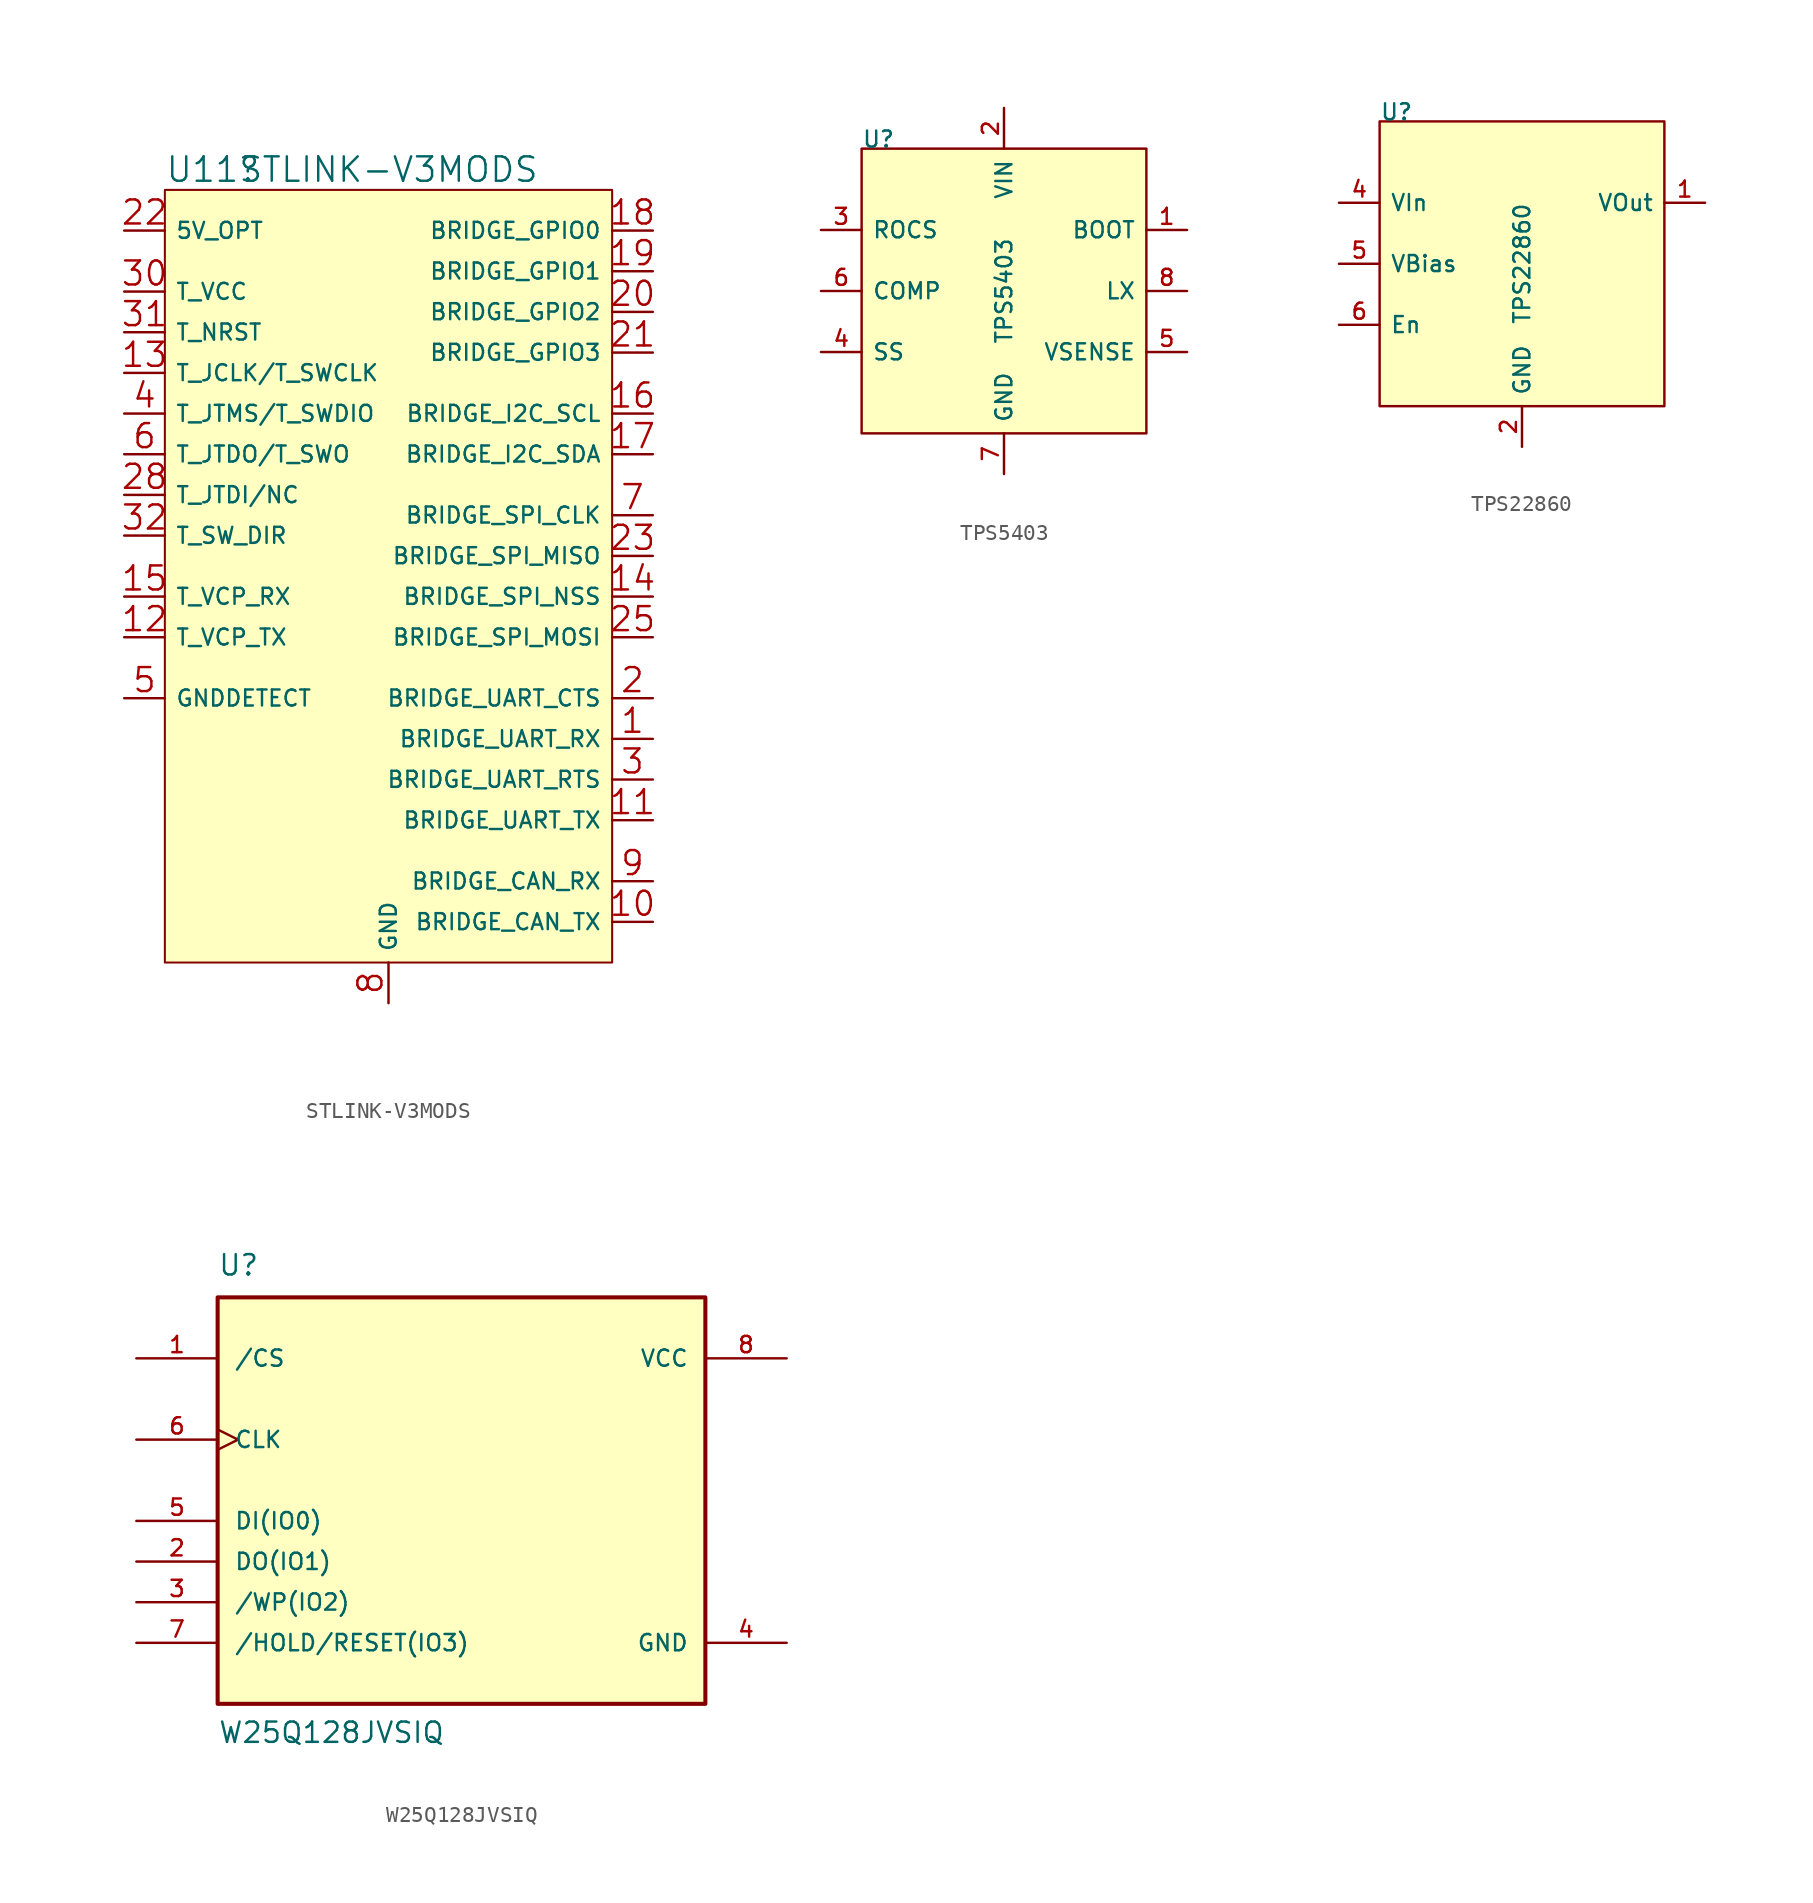
<source format=kicad_sym>
(kicad_symbol_lib
  (version 20231120)
  (generator "kicad_symbol_editor")
  (generator_version "8.0")
  (symbol "STLINK-V3MODS"
    (pin_names
      (offset 0.635))
    (property "Reference" "U11"
      (at 0 1.27 0)
      (do_not_autoplace)
      (effects (font (size 1.524 1.524)) (justify left)))
    (property "Value" "STLINK-V3MODS"
      (at 13.97 1.27 0)
      (do_not_autoplace)
      (effects (font (size 1.524 1.524))))
    (symbol "STLINK-V3MODS_0_1"
      (rectangle (start 0 0) (end 27.94 -48.26) (stroke (width 0.127) (type default)) (fill (type background))))
    (symbol "STLINK-V3MODS_1_1"
      (pin unspecified line (at 30.48 -34.29 180) (length 2.54) (name "BRIDGE_UART_RX" (effects (font (size 1 1)))) (number "1" (effects (font (size 1.499 1.499)))))
      (pin unspecified line (at 30.48 -45.72 180) (length 2.54) (name "BRIDGE_CAN_TX" (effects (font (size 1 1)))) (number "10" (effects (font (size 1.499 1.499)))))
      (pin unspecified line (at 30.48 -39.37 180) (length 2.54) (name "BRIDGE_UART_TX" (effects (font (size 1 1)))) (number "11" (effects (font (size 1.499 1.499)))))
      (pin unspecified line (at -2.54 -27.94 0) (length 2.54) (name "T_VCP_TX" (effects (font (size 1 1)))) (number "12" (effects (font (size 1.499 1.499)))))
      (pin unspecified line (at -2.54 -11.43 0) (length 2.54) (name "T_JCLK/T_SWCLK" (effects (font (size 1 1)))) (number "13" (effects (font (size 1.499 1.499)))))
      (pin unspecified line (at 30.48 -25.4 180) (length 2.54) (name "BRIDGE_SPI_NSS" (effects (font (size 1 1)))) (number "14" (effects (font (size 1.499 1.499)))))
      (pin unspecified line (at -2.54 -25.4 0) (length 2.54) (name "T_VCP_RX" (effects (font (size 1 1)))) (number "15" (effects (font (size 1.499 1.499)))))
      (pin bidirectional line (at 30.48 -13.97 180) (length 2.54) (name "BRIDGE_I2C_SCL" (effects (font (size 1 1)))) (number "16" (effects (font (size 1.499 1.499)))))
      (pin bidirectional line (at 30.48 -16.51 180) (length 2.54) (name "BRIDGE_I2C_SDA" (effects (font (size 1 1)))) (number "17" (effects (font (size 1.499 1.499)))))
      (pin bidirectional line (at 30.48 -2.54 180) (length 2.54) (name "BRIDGE_GPIO0" (effects (font (size 1 1)))) (number "18" (effects (font (size 1.499 1.499)))))
      (pin bidirectional line (at 30.48 -5.08 180) (length 2.54) (name "BRIDGE_GPIO1" (effects (font (size 1 1)))) (number "19" (effects (font (size 1.499 1.499)))))
      (pin unspecified line (at 30.48 -31.75 180) (length 2.54) (name "BRIDGE_UART_CTS" (effects (font (size 1 1)))) (number "2" (effects (font (size 1.499 1.499)))))
      (pin bidirectional line (at 30.48 -7.62 180) (length 2.54) (name "BRIDGE_GPIO2" (effects (font (size 1 1)))) (number "20" (effects (font (size 1.499 1.499)))))
      (pin bidirectional line (at 30.48 -10.16 180) (length 2.54) (name "BRIDGE_GPIO3" (effects (font (size 1 1)))) (number "21" (effects (font (size 1.499 1.499)))))
      (pin unspecified line (at -2.54 -2.54 0) (length 2.54) (name "5V_OPT" (effects (font (size 1 1)))) (number "22" (effects (font (size 1.499 1.499)))))
      (pin unspecified line (at 30.48 -22.86 180) (length 2.54) (name "BRIDGE_SPI_MISO" (effects (font (size 1 1)))) (number "23" (effects (font (size 1.499 1.499)))))
      (pin power_in line (at 13.97 -50.8 90) (length 2.54) hide (name "GND" (effects (font (size 1 1)))) (number "24" (effects (font (size 1.499 1.499)))))
      (pin unspecified line (at 30.48 -27.94 180) (length 2.54) (name "BRIDGE_SPI_MOSI" (effects (font (size 1 1)))) (number "25" (effects (font (size 1.499 1.499)))))
      (pin power_in line (at 13.97 -50.8 90) (length 2.54) hide (name "GND" (effects (font (size 1 1)))) (number "26" (effects (font (size 1.499 1.499)))))
      (pin power_in line (at 13.97 -50.8 90) (length 2.54) hide (name "GND" (effects (font (size 1 1)))) (number "27" (effects (font (size 1.499 1.499)))))
      (pin unspecified line (at -2.54 -19.05 0) (length 2.54) (name "T_JTDI/NC" (effects (font (size 1 1)))) (number "28" (effects (font (size 1.499 1.499)))))
      (pin power_in line (at 13.97 -50.8 90) (length 2.54) hide (name "GND" (effects (font (size 1 1)))) (number "29" (effects (font (size 1.499 1.499)))))
      (pin unspecified line (at 30.48 -36.83 180) (length 2.54) (name "BRIDGE_UART_RTS" (effects (font (size 1 1)))) (number "3" (effects (font (size 1.499 1.499)))))
      (pin unspecified line (at -2.54 -6.35 0) (length 2.54) (name "T_VCC" (effects (font (size 1 1)))) (number "30" (effects (font (size 1.499 1.499)))))
      (pin unspecified line (at -2.54 -8.89 0) (length 2.54) (name "T_NRST" (effects (font (size 1 1)))) (number "31" (effects (font (size 1.499 1.499)))))
      (pin unspecified line (at -2.54 -21.59 0) (length 2.54) (name "T_SW_DIR" (effects (font (size 1 1)))) (number "32" (effects (font (size 1.499 1.499)))))
      (pin unspecified line (at -2.54 -13.97 0) (length 2.54) (name "T_JTMS/T_SWDIO" (effects (font (size 1 1)))) (number "4" (effects (font (size 1.499 1.499)))))
      (pin power_in line (at -2.54 -31.75 0) (length 2.54) (name "GNDDETECT" (effects (font (size 1 1)))) (number "5" (effects (font (size 1.499 1.499)))))
      (pin unspecified line (at -2.54 -16.51 0) (length 2.54) (name "T_JTDO/T_SWO" (effects (font (size 1 1)))) (number "6" (effects (font (size 1.499 1.499)))))
      (pin unspecified line (at 30.48 -20.32 180) (length 2.54) (name "BRIDGE_SPI_CLK" (effects (font (size 1 1)))) (number "7" (effects (font (size 1.499 1.499)))))
      (pin power_in line (at 13.97 -50.8 90) (length 2.54) (name "GND" (effects (font (size 1 1)))) (number "8" (effects (font (size 1.499 1.499)))))
      (pin unspecified line (at 30.48 -43.18 180) (length 2.54) (name "BRIDGE_CAN_RX" (effects (font (size 1 1)))) (number "9" (effects (font (size 1.499 1.499)))))))
  (symbol "TPS5403"
    (pin_names
      (offset 0.635))
    (property "Reference" "U"
      (at 0 0 0)
      (effects (font (size 1 1)) (justify left bottom)))
    (property "Value" "TPS5403"
      (at 8.89 -8.89 90)
      (effects (font (size 1 1))))
    (symbol "TPS5403_1_1"
      (rectangle (start 0 0) (end 17.78 -17.78) (stroke (width 0.152) (type default)) (fill (type background)))
      (pin unspecified line (at 20.32 -5.08 180) (length 2.54) (name "BOOT" (effects (font (size 1 1)))) (number "1" (effects (font (size 1 1)))))
      (pin input line (at 8.89 2.54 270) (length 2.54) (name "VIN" (effects (font (size 1 1)))) (number "2" (effects (font (size 1 1)))))
      (pin unspecified line (at -2.54 -5.08 0) (length 2.54) (name "ROCS" (effects (font (size 1 1)))) (number "3" (effects (font (size 1 1)))))
      (pin unspecified line (at -2.54 -12.7 0) (length 2.54) (name "SS" (effects (font (size 1 1)))) (number "4" (effects (font (size 1 1)))))
      (pin unspecified line (at 20.32 -12.7 180) (length 2.54) (name "VSENSE" (effects (font (size 1 1)))) (number "5" (effects (font (size 1 1)))))
      (pin output line (at -2.54 -8.89 0) (length 2.54) (name "COMP" (effects (font (size 1 1)))) (number "6" (effects (font (size 1 1)))))
      (pin power_in line (at 8.89 -20.32 90) (length 2.54) (name "GND" (effects (font (size 1 1)))) (number "7" (effects (font (size 1 1)))))
      (pin power_in line (at 20.32 -8.89 180) (length 2.54) (name "LX" (effects (font (size 1 1)))) (number "8" (effects (font (size 1 1)))))))
  (symbol "TPS22860"
    (pin_names
      (offset 0.635))
    (property "Reference" "U"
      (at 0 0 0)
      (effects (font (size 1 1)) (justify left bottom)))
    (property "Value" "TPS22860"
      (at 8.89 -8.89 90)
      (effects (font (size 1 1))))
    (symbol "TPS22860_1_1"
      (rectangle (start 0 0) (end 17.78 -17.78) (stroke (width 0.152) (type default)) (fill (type background)))
      (pin unspecified line (at 20.32 -5.08 180) (length 2.54) (name "VOut" (effects (font (size 1 1)))) (number "1" (effects (font (size 1 1)))))
      (pin power_in line (at 8.89 -20.32 90) (length 2.54) (name "GND" (effects (font (size 1 1)))) (number "2" (effects (font (size 1 1)))))
      (pin no_connect line (at 20.32 -12.7 180) (length 2.54) hide (name "NC" (effects (font (size 1 1)))) (number "3" (effects (font (size 1 1)))))
      (pin unspecified line (at -2.54 -5.08 0) (length 2.54) (name "VIn" (effects (font (size 1 1)))) (number "4" (effects (font (size 1 1)))))
      (pin unspecified line (at -2.54 -8.89 0) (length 2.54) (name "VBias" (effects (font (size 1 1)))) (number "5" (effects (font (size 1 1)))))
      (pin unspecified line (at -2.54 -12.7 0) (length 2.54) (name "En" (effects (font (size 1 1)))) (number "6" (effects (font (size 1 1)))))))
  (symbol "W25Q128JVSIQ"
    (pin_names
      (offset 1.016))
    (property "Reference" "U"
      (at -15.24 13.97 0)
      (effects (font (size 1.27 1.27)) (justify left bottom)))
    (property "Value" "W25Q128JVSIQ"
      (at -15.24 -15.24 0)
      (effects (font (size 1.27 1.27)) (justify left bottom)))
    (symbol "W25Q128JVSIQ_0_0"
      (rectangle (start -15.24 12.7) (end 15.24 -12.7) (stroke (width 0.254) (type default)) (fill (type background)))
      (pin input line (at -20.32 8.89 0) (length 5.08) (name "/CS" (effects (font (size 1.016 1.016)))) (number "1" (effects (font (size 1.016 1.016)))))
      (pin bidirectional line (at -20.32 -3.81 0) (length 5.08) (name "DO(IO1)" (effects (font (size 1.016 1.016)))) (number "2" (effects (font (size 1.016 1.016)))))
      (pin bidirectional line (at -20.32 -6.35 0) (length 5.08) (name "/WP(IO2)" (effects (font (size 1.016 1.016)))) (number "3" (effects (font (size 1.016 1.016)))))
      (pin power_in line (at 20.32 -8.89 180) (length 5.08) (name "GND" (effects (font (size 1.016 1.016)))) (number "4" (effects (font (size 1.016 1.016)))))
      (pin bidirectional line (at -20.32 -1.27 0) (length 5.08) (name "DI(IO0)" (effects (font (size 1.016 1.016)))) (number "5" (effects (font (size 1.016 1.016)))))
      (pin input clock (at -20.32 3.81 0) (length 5.08) (name "CLK" (effects (font (size 1.016 1.016)))) (number "6" (effects (font (size 1.016 1.016)))))
      (pin bidirectional line (at -20.32 -8.89 0) (length 5.08) (name "/HOLD/RESET(IO3)" (effects (font (size 1.016 1.016)))) (number "7" (effects (font (size 1.016 1.016)))))
      (pin power_in line (at 20.32 8.89 180) (length 5.08) (name "VCC" (effects (font (size 1.016 1.016)))) (number "8" (effects (font (size 1.016 1.016))))))))
</source>
